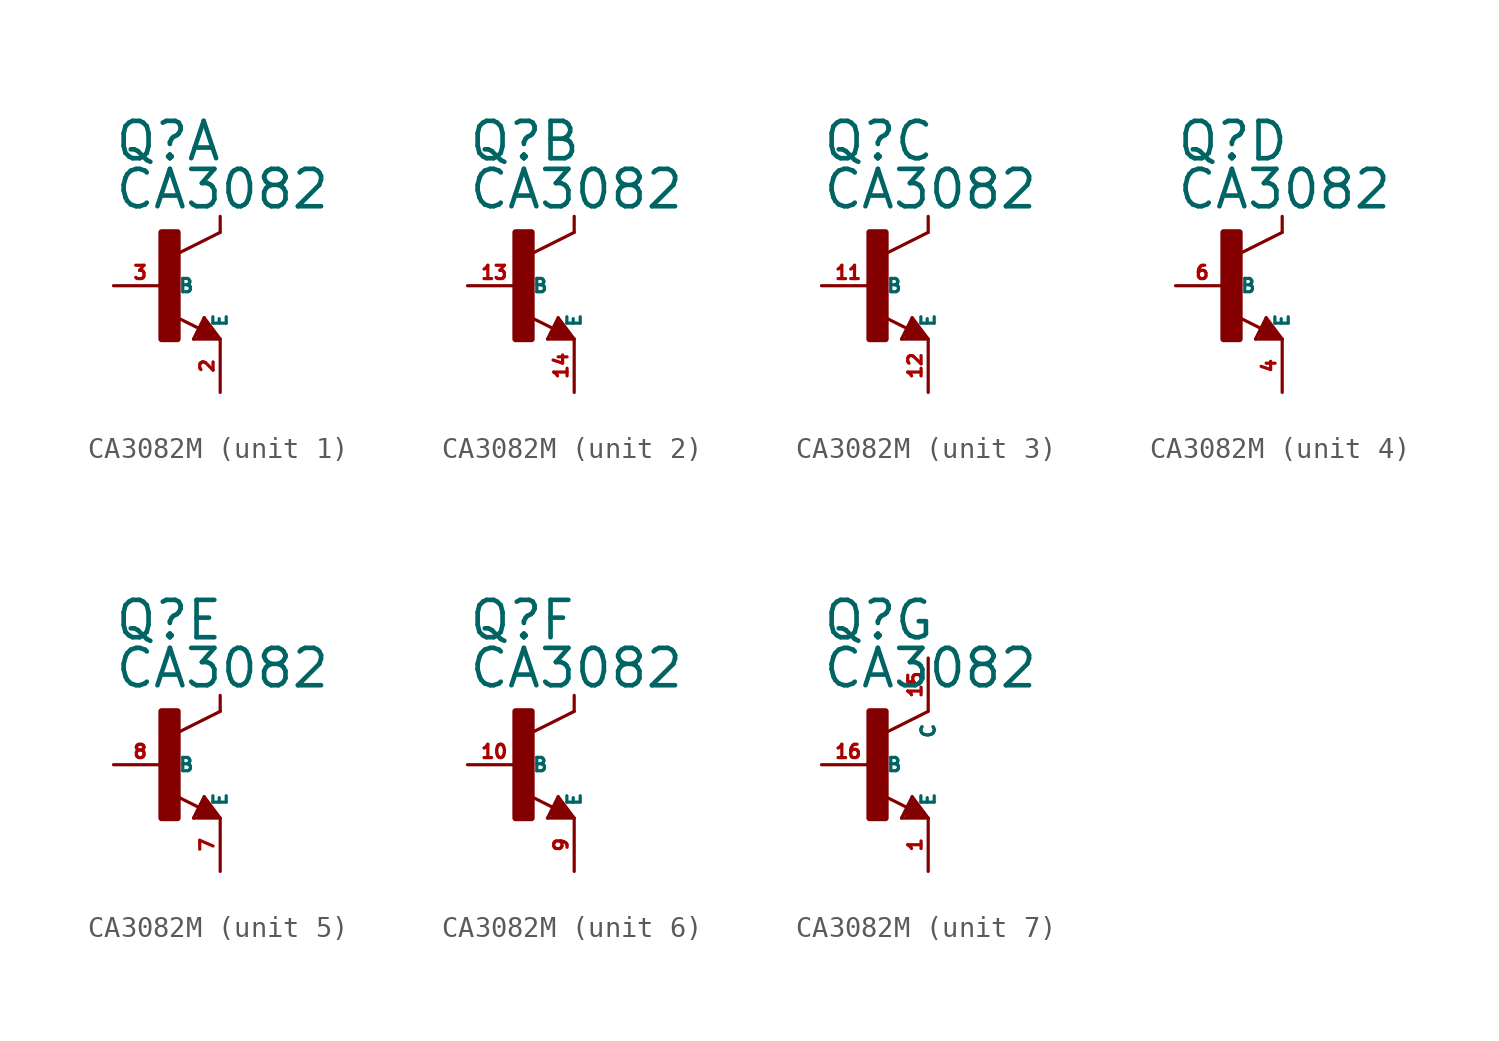
<source format=kicad_sym>
(kicad_symbol_lib
  (version 20220914)
  (generator Eagle2Kicad)
  (symbol "CA3082M"
    (property "Reference" "Q"
      (at -2.54 5.842 0)
      (effects (font (size 1.778 1.778) (thickness 0.22)) (justify left bottom)))
    (property "Value" "CA3082"
      (at -2.54 3.556 0)
      (effects (font (size 1.778 1.778) (thickness 0.22)) (justify left bottom)))
    (symbol "CA3082M_1_0"
      (polyline (pts (xy 2.54 2.54) (xy 0.508 1.524)) (stroke (width 0.152) (type default)) (fill (type none)))
      (polyline (pts (xy 1.54 -2.04) (xy 0.308 -1.424)) (stroke (width 0.152) (type default)) (fill (type none)))
      (polyline (pts (xy 2.54 2.54) (xy 2.54 3.302)) (stroke (width 0.152) (type default)) (fill (type none)))
      (polyline (pts (xy 1.778 -1.524) (xy 2.54 -2.54)) (stroke (width 0.152) (type default)) (fill (type none)))
      (polyline (pts (xy 2.54 -2.54) (xy 1.27 -2.54)) (stroke (width 0.152) (type default)) (fill (type none)))
      (polyline (pts (xy 1.27 -2.54) (xy 1.778 -1.524)) (stroke (width 0.152) (type default)) (fill (type none)))
      (polyline (pts (xy 1.524 -2.413) (xy 2.286 -2.413)) (stroke (width 0.254) (type default)) (fill (type none)))
      (polyline (pts (xy 2.286 -2.413) (xy 1.778 -1.778)) (stroke (width 0.254) (type default)) (fill (type none)))
      (polyline (pts (xy 1.778 -1.778) (xy 1.524 -2.286)) (stroke (width 0.254) (type default)) (fill (type none)))
      (polyline (pts (xy 1.524 -2.286) (xy 1.905 -2.286)) (stroke (width 0.254) (type default)) (fill (type none)))
      (polyline (pts (xy 1.905 -2.286) (xy 1.778 -2.032)) (stroke (width 0.254) (type default)) (fill (type none)))
      (rectangle (start -0.254 -2.54) (end 0.508 2.54) (stroke (width 0.3) (type default)) (fill (type outline)))
      (pin passive line (at -2.54 0 0) (length 2.54) (name "B" (effects (font (size 0.635 0.635) (thickness 0.08)) (justify left bottom))) (number "3" (effects (font (size 0.635 0.635) (thickness 0.08)) (justify left bottom))))
      (pin passive line (at 2.54 -5.08 90) (length 2.54) (name "E" (effects (font (size 0.635 0.635) (thickness 0.08)) (justify left bottom))) (number "2" (effects (font (size 0.635 0.635) (thickness 0.08)) (justify left bottom)))))
    (symbol "CA3082M_2_0"
      (polyline (pts (xy 2.54 2.54) (xy 0.508 1.524)) (stroke (width 0.152) (type default)) (fill (type none)))
      (polyline (pts (xy 1.54 -2.04) (xy 0.308 -1.424)) (stroke (width 0.152) (type default)) (fill (type none)))
      (polyline (pts (xy 2.54 2.54) (xy 2.54 3.302)) (stroke (width 0.152) (type default)) (fill (type none)))
      (polyline (pts (xy 1.778 -1.524) (xy 2.54 -2.54)) (stroke (width 0.152) (type default)) (fill (type none)))
      (polyline (pts (xy 2.54 -2.54) (xy 1.27 -2.54)) (stroke (width 0.152) (type default)) (fill (type none)))
      (polyline (pts (xy 1.27 -2.54) (xy 1.778 -1.524)) (stroke (width 0.152) (type default)) (fill (type none)))
      (polyline (pts (xy 1.524 -2.413) (xy 2.286 -2.413)) (stroke (width 0.254) (type default)) (fill (type none)))
      (polyline (pts (xy 2.286 -2.413) (xy 1.778 -1.778)) (stroke (width 0.254) (type default)) (fill (type none)))
      (polyline (pts (xy 1.778 -1.778) (xy 1.524 -2.286)) (stroke (width 0.254) (type default)) (fill (type none)))
      (polyline (pts (xy 1.524 -2.286) (xy 1.905 -2.286)) (stroke (width 0.254) (type default)) (fill (type none)))
      (polyline (pts (xy 1.905 -2.286) (xy 1.778 -2.032)) (stroke (width 0.254) (type default)) (fill (type none)))
      (rectangle (start -0.254 -2.54) (end 0.508 2.54) (stroke (width 0.3) (type default)) (fill (type outline)))
      (pin passive line (at -2.54 0 0) (length 2.54) (name "B" (effects (font (size 0.635 0.635) (thickness 0.08)) (justify left bottom))) (number "13" (effects (font (size 0.635 0.635) (thickness 0.08)) (justify left bottom))))
      (pin passive line (at 2.54 -5.08 90) (length 2.54) (name "E" (effects (font (size 0.635 0.635) (thickness 0.08)) (justify left bottom))) (number "14" (effects (font (size 0.635 0.635) (thickness 0.08)) (justify left bottom)))))
    (symbol "CA3082M_3_0"
      (polyline (pts (xy 2.54 2.54) (xy 0.508 1.524)) (stroke (width 0.152) (type default)) (fill (type none)))
      (polyline (pts (xy 1.54 -2.04) (xy 0.308 -1.424)) (stroke (width 0.152) (type default)) (fill (type none)))
      (polyline (pts (xy 2.54 2.54) (xy 2.54 3.302)) (stroke (width 0.152) (type default)) (fill (type none)))
      (polyline (pts (xy 1.778 -1.524) (xy 2.54 -2.54)) (stroke (width 0.152) (type default)) (fill (type none)))
      (polyline (pts (xy 2.54 -2.54) (xy 1.27 -2.54)) (stroke (width 0.152) (type default)) (fill (type none)))
      (polyline (pts (xy 1.27 -2.54) (xy 1.778 -1.524)) (stroke (width 0.152) (type default)) (fill (type none)))
      (polyline (pts (xy 1.524 -2.413) (xy 2.286 -2.413)) (stroke (width 0.254) (type default)) (fill (type none)))
      (polyline (pts (xy 2.286 -2.413) (xy 1.778 -1.778)) (stroke (width 0.254) (type default)) (fill (type none)))
      (polyline (pts (xy 1.778 -1.778) (xy 1.524 -2.286)) (stroke (width 0.254) (type default)) (fill (type none)))
      (polyline (pts (xy 1.524 -2.286) (xy 1.905 -2.286)) (stroke (width 0.254) (type default)) (fill (type none)))
      (polyline (pts (xy 1.905 -2.286) (xy 1.778 -2.032)) (stroke (width 0.254) (type default)) (fill (type none)))
      (rectangle (start -0.254 -2.54) (end 0.508 2.54) (stroke (width 0.3) (type default)) (fill (type outline)))
      (pin passive line (at -2.54 0 0) (length 2.54) (name "B" (effects (font (size 0.635 0.635) (thickness 0.08)) (justify left bottom))) (number "11" (effects (font (size 0.635 0.635) (thickness 0.08)) (justify left bottom))))
      (pin passive line (at 2.54 -5.08 90) (length 2.54) (name "E" (effects (font (size 0.635 0.635) (thickness 0.08)) (justify left bottom))) (number "12" (effects (font (size 0.635 0.635) (thickness 0.08)) (justify left bottom)))))
    (symbol "CA3082M_4_0"
      (polyline (pts (xy 2.54 2.54) (xy 0.508 1.524)) (stroke (width 0.152) (type default)) (fill (type none)))
      (polyline (pts (xy 1.54 -2.04) (xy 0.308 -1.424)) (stroke (width 0.152) (type default)) (fill (type none)))
      (polyline (pts (xy 2.54 2.54) (xy 2.54 3.302)) (stroke (width 0.152) (type default)) (fill (type none)))
      (polyline (pts (xy 1.778 -1.524) (xy 2.54 -2.54)) (stroke (width 0.152) (type default)) (fill (type none)))
      (polyline (pts (xy 2.54 -2.54) (xy 1.27 -2.54)) (stroke (width 0.152) (type default)) (fill (type none)))
      (polyline (pts (xy 1.27 -2.54) (xy 1.778 -1.524)) (stroke (width 0.152) (type default)) (fill (type none)))
      (polyline (pts (xy 1.524 -2.413) (xy 2.286 -2.413)) (stroke (width 0.254) (type default)) (fill (type none)))
      (polyline (pts (xy 2.286 -2.413) (xy 1.778 -1.778)) (stroke (width 0.254) (type default)) (fill (type none)))
      (polyline (pts (xy 1.778 -1.778) (xy 1.524 -2.286)) (stroke (width 0.254) (type default)) (fill (type none)))
      (polyline (pts (xy 1.524 -2.286) (xy 1.905 -2.286)) (stroke (width 0.254) (type default)) (fill (type none)))
      (polyline (pts (xy 1.905 -2.286) (xy 1.778 -2.032)) (stroke (width 0.254) (type default)) (fill (type none)))
      (rectangle (start -0.254 -2.54) (end 0.508 2.54) (stroke (width 0.3) (type default)) (fill (type outline)))
      (pin passive line (at -2.54 0 0) (length 2.54) (name "B" (effects (font (size 0.635 0.635) (thickness 0.08)) (justify left bottom))) (number "6" (effects (font (size 0.635 0.635) (thickness 0.08)) (justify left bottom))))
      (pin passive line (at 2.54 -5.08 90) (length 2.54) (name "E" (effects (font (size 0.635 0.635) (thickness 0.08)) (justify left bottom))) (number "4" (effects (font (size 0.635 0.635) (thickness 0.08)) (justify left bottom)))))
    (symbol "CA3082M_5_0"
      (polyline (pts (xy 2.54 2.54) (xy 0.508 1.524)) (stroke (width 0.152) (type default)) (fill (type none)))
      (polyline (pts (xy 1.54 -2.04) (xy 0.308 -1.424)) (stroke (width 0.152) (type default)) (fill (type none)))
      (polyline (pts (xy 2.54 2.54) (xy 2.54 3.302)) (stroke (width 0.152) (type default)) (fill (type none)))
      (polyline (pts (xy 1.778 -1.524) (xy 2.54 -2.54)) (stroke (width 0.152) (type default)) (fill (type none)))
      (polyline (pts (xy 2.54 -2.54) (xy 1.27 -2.54)) (stroke (width 0.152) (type default)) (fill (type none)))
      (polyline (pts (xy 1.27 -2.54) (xy 1.778 -1.524)) (stroke (width 0.152) (type default)) (fill (type none)))
      (polyline (pts (xy 1.524 -2.413) (xy 2.286 -2.413)) (stroke (width 0.254) (type default)) (fill (type none)))
      (polyline (pts (xy 2.286 -2.413) (xy 1.778 -1.778)) (stroke (width 0.254) (type default)) (fill (type none)))
      (polyline (pts (xy 1.778 -1.778) (xy 1.524 -2.286)) (stroke (width 0.254) (type default)) (fill (type none)))
      (polyline (pts (xy 1.524 -2.286) (xy 1.905 -2.286)) (stroke (width 0.254) (type default)) (fill (type none)))
      (polyline (pts (xy 1.905 -2.286) (xy 1.778 -2.032)) (stroke (width 0.254) (type default)) (fill (type none)))
      (rectangle (start -0.254 -2.54) (end 0.508 2.54) (stroke (width 0.3) (type default)) (fill (type outline)))
      (pin passive line (at -2.54 0 0) (length 2.54) (name "B" (effects (font (size 0.635 0.635) (thickness 0.08)) (justify left bottom))) (number "8" (effects (font (size 0.635 0.635) (thickness 0.08)) (justify left bottom))))
      (pin passive line (at 2.54 -5.08 90) (length 2.54) (name "E" (effects (font (size 0.635 0.635) (thickness 0.08)) (justify left bottom))) (number "7" (effects (font (size 0.635 0.635) (thickness 0.08)) (justify left bottom)))))
    (symbol "CA3082M_6_0"
      (polyline (pts (xy 2.54 2.54) (xy 0.508 1.524)) (stroke (width 0.152) (type default)) (fill (type none)))
      (polyline (pts (xy 1.54 -2.04) (xy 0.308 -1.424)) (stroke (width 0.152) (type default)) (fill (type none)))
      (polyline (pts (xy 2.54 2.54) (xy 2.54 3.302)) (stroke (width 0.152) (type default)) (fill (type none)))
      (polyline (pts (xy 1.778 -1.524) (xy 2.54 -2.54)) (stroke (width 0.152) (type default)) (fill (type none)))
      (polyline (pts (xy 2.54 -2.54) (xy 1.27 -2.54)) (stroke (width 0.152) (type default)) (fill (type none)))
      (polyline (pts (xy 1.27 -2.54) (xy 1.778 -1.524)) (stroke (width 0.152) (type default)) (fill (type none)))
      (polyline (pts (xy 1.524 -2.413) (xy 2.286 -2.413)) (stroke (width 0.254) (type default)) (fill (type none)))
      (polyline (pts (xy 2.286 -2.413) (xy 1.778 -1.778)) (stroke (width 0.254) (type default)) (fill (type none)))
      (polyline (pts (xy 1.778 -1.778) (xy 1.524 -2.286)) (stroke (width 0.254) (type default)) (fill (type none)))
      (polyline (pts (xy 1.524 -2.286) (xy 1.905 -2.286)) (stroke (width 0.254) (type default)) (fill (type none)))
      (polyline (pts (xy 1.905 -2.286) (xy 1.778 -2.032)) (stroke (width 0.254) (type default)) (fill (type none)))
      (rectangle (start -0.254 -2.54) (end 0.508 2.54) (stroke (width 0.3) (type default)) (fill (type outline)))
      (pin passive line (at -2.54 0 0) (length 2.54) (name "B" (effects (font (size 0.635 0.635) (thickness 0.08)) (justify left bottom))) (number "10" (effects (font (size 0.635 0.635) (thickness 0.08)) (justify left bottom))))
      (pin passive line (at 2.54 -5.08 90) (length 2.54) (name "E" (effects (font (size 0.635 0.635) (thickness 0.08)) (justify left bottom))) (number "9" (effects (font (size 0.635 0.635) (thickness 0.08)) (justify left bottom)))))
    (symbol "CA3082M_7_0"
      (polyline (pts (xy 2.54 2.54) (xy 0.508 1.524)) (stroke (width 0.152) (type default)) (fill (type none)))
      (polyline (pts (xy 1.54 -2.04) (xy 0.308 -1.424)) (stroke (width 0.152) (type default)) (fill (type none)))
      (polyline (pts (xy 1.778 -1.524) (xy 2.54 -2.54)) (stroke (width 0.152) (type default)) (fill (type none)))
      (polyline (pts (xy 2.54 -2.54) (xy 1.27 -2.54)) (stroke (width 0.152) (type default)) (fill (type none)))
      (polyline (pts (xy 1.27 -2.54) (xy 1.778 -1.524)) (stroke (width 0.152) (type default)) (fill (type none)))
      (polyline (pts (xy 1.524 -2.413) (xy 2.286 -2.413)) (stroke (width 0.254) (type default)) (fill (type none)))
      (polyline (pts (xy 2.286 -2.413) (xy 1.778 -1.778)) (stroke (width 0.254) (type default)) (fill (type none)))
      (polyline (pts (xy 1.778 -1.778) (xy 1.524 -2.286)) (stroke (width 0.254) (type default)) (fill (type none)))
      (polyline (pts (xy 1.524 -2.286) (xy 1.905 -2.286)) (stroke (width 0.254) (type default)) (fill (type none)))
      (polyline (pts (xy 1.905 -2.286) (xy 1.778 -2.032)) (stroke (width 0.254) (type default)) (fill (type none)))
      (rectangle (start -0.254 -2.54) (end 0.508 2.54) (stroke (width 0.3) (type default)) (fill (type outline)))
      (pin passive line (at -2.54 0 0) (length 2.54) (name "B" (effects (font (size 0.635 0.635) (thickness 0.08)) (justify left bottom))) (number "16" (effects (font (size 0.635 0.635) (thickness 0.08)) (justify left bottom))))
      (pin passive line (at 2.54 -5.08 90) (length 2.54) (name "E" (effects (font (size 0.635 0.635) (thickness 0.08)) (justify left bottom))) (number "1" (effects (font (size 0.635 0.635) (thickness 0.08)) (justify left bottom))))
      (pin passive line (at 2.54 5.08 270) (length 2.54) (name "C" (effects (font (size 0.635 0.635) (thickness 0.08)) (justify left bottom))) (number "15" (effects (font (size 0.635 0.635) (thickness 0.08)) (justify left bottom)))))))
</source>
